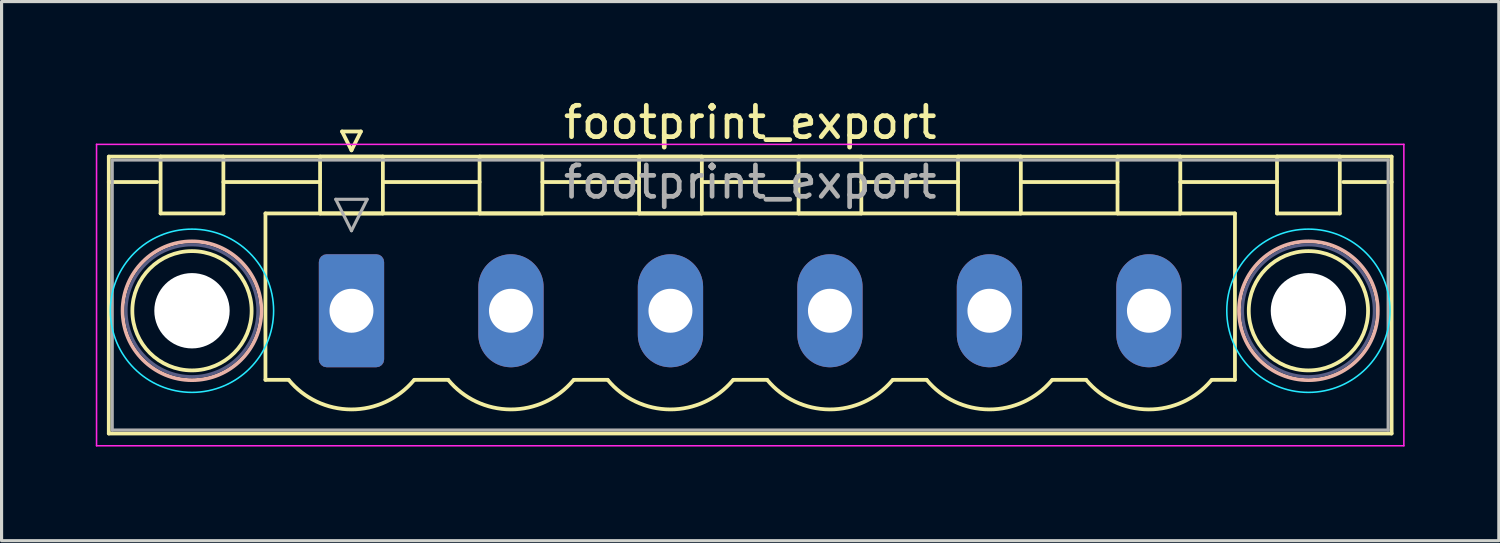
<source format=kicad_pcb>
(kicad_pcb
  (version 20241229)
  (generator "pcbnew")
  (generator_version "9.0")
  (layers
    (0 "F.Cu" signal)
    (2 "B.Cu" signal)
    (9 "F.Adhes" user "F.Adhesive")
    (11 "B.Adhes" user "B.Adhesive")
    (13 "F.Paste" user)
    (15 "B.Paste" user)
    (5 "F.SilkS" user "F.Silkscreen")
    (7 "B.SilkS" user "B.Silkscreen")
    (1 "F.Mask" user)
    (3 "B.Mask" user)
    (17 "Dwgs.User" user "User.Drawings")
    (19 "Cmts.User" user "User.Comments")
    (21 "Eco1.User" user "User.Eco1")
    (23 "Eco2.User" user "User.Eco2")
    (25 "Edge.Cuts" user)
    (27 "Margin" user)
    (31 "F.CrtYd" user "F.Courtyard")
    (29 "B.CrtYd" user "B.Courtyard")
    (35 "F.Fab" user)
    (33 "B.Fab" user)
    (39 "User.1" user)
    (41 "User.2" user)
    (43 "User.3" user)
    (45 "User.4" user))
  (footprint "footprint_export"
    (layer "F.Cu")
    (at 8.145 6.848)
    (property "Reference" "footprint_export" (at 12.7 -6 0) (layer "F.SilkS") (effects (font (size 1 1) (thickness 0.15))))
    (attr through_hole)
    (fp_line (start -7.73 -4.91) (end -7.73 3.91) (stroke (width 0.12) (type solid)) (layer "F.SilkS"))
    (fp_line (start -7.73 -4.1) (end -6.19 -4.1) (stroke (width 0.12) (type solid)) (layer "F.SilkS"))
    (fp_line (start -7.73 3.91) (end 33.13 3.91) (stroke (width 0.12) (type solid)) (layer "F.SilkS"))
    (fp_line (start -6.08 -4.91) (end -4.08 -4.91) (stroke (width 0.12) (type solid)) (layer "F.SilkS"))
    (fp_line (start -6.08 -3.1) (end -6.08 -4.91) (stroke (width 0.12) (type solid)) (layer "F.SilkS"))
    (fp_line (start -4.08 -4.91) (end -4.08 -3.1) (stroke (width 0.12) (type solid)) (layer "F.SilkS"))
    (fp_line (start -4.08 -4.1) (end -1 -4.1) (stroke (width 0.12) (type solid)) (layer "F.SilkS"))
    (fp_line (start -4.08 -3.1) (end -6.08 -3.1) (stroke (width 0.12) (type solid)) (layer "F.SilkS"))
    (fp_line (start -2.74 -3.1) (end 28.14 -3.1) (stroke (width 0.12) (type solid)) (layer "F.SilkS"))
    (fp_line (start -2.74 2.2) (end -2.74 -3.1) (stroke (width 0.12) (type solid)) (layer "F.SilkS"))
    (fp_line (start -2 2.2) (end -2.74 2.2) (stroke (width 0.12) (type solid)) (layer "F.SilkS"))
    (fp_line (start -1 -4.91) (end 1 -4.91) (stroke (width 0.12) (type solid)) (layer "F.SilkS"))
    (fp_line (start -1 -3.1) (end -1 -4.91) (stroke (width 0.12) (type solid)) (layer "F.SilkS"))
    (fp_line (start -0.3 -5.71) (end 0.3 -5.71) (stroke (width 0.12) (type solid)) (layer "F.SilkS"))
    (fp_line (start 0 -5.11) (end -0.3 -5.71) (stroke (width 0.12) (type solid)) (layer "F.SilkS"))
    (fp_line (start 0.3 -5.71) (end 0 -5.11) (stroke (width 0.12) (type solid)) (layer "F.SilkS"))
    (fp_line (start 1 -4.91) (end 1 -3.1) (stroke (width 0.12) (type solid)) (layer "F.SilkS"))
    (fp_line (start 1 -4.1) (end 4.08 -4.1) (stroke (width 0.12) (type solid)) (layer "F.SilkS"))
    (fp_line (start 1 -3.1) (end -1 -3.1) (stroke (width 0.12) (type solid)) (layer "F.SilkS"))
    (fp_line (start 2 2.2) (end 3.08 2.2) (stroke (width 0.12) (type solid)) (layer "F.SilkS"))
    (fp_line (start 4.08 -4.91) (end 6.08 -4.91) (stroke (width 0.12) (type solid)) (layer "F.SilkS"))
    (fp_line (start 4.08 -3.1) (end 4.08 -4.91) (stroke (width 0.12) (type solid)) (layer "F.SilkS"))
    (fp_line (start 6.08 -4.91) (end 6.08 -3.1) (stroke (width 0.12) (type solid)) (layer "F.SilkS"))
    (fp_line (start 6.08 -4.1) (end 9.16 -4.1) (stroke (width 0.12) (type solid)) (layer "F.SilkS"))
    (fp_line (start 6.08 -3.1) (end 4.08 -3.1) (stroke (width 0.12) (type solid)) (layer "F.SilkS"))
    (fp_line (start 7.08 2.2) (end 8.16 2.2) (stroke (width 0.12) (type solid)) (layer "F.SilkS"))
    (fp_line (start 9.16 -4.91) (end 11.16 -4.91) (stroke (width 0.12) (type solid)) (layer "F.SilkS"))
    (fp_line (start 9.16 -3.1) (end 9.16 -4.91) (stroke (width 0.12) (type solid)) (layer "F.SilkS"))
    (fp_line (start 11.16 -4.91) (end 11.16 -3.1) (stroke (width 0.12) (type solid)) (layer "F.SilkS"))
    (fp_line (start 11.16 -4.1) (end 14.24 -4.1) (stroke (width 0.12) (type solid)) (layer "F.SilkS"))
    (fp_line (start 11.16 -3.1) (end 9.16 -3.1) (stroke (width 0.12) (type solid)) (layer "F.SilkS"))
    (fp_line (start 12.16 2.2) (end 13.24 2.2) (stroke (width 0.12) (type solid)) (layer "F.SilkS"))
    (fp_line (start 14.24 -4.91) (end 16.24 -4.91) (stroke (width 0.12) (type solid)) (layer "F.SilkS"))
    (fp_line (start 14.24 -3.1) (end 14.24 -4.91) (stroke (width 0.12) (type solid)) (layer "F.SilkS"))
    (fp_line (start 16.24 -4.91) (end 16.24 -3.1) (stroke (width 0.12) (type solid)) (layer "F.SilkS"))
    (fp_line (start 16.24 -4.1) (end 19.32 -4.1) (stroke (width 0.12) (type solid)) (layer "F.SilkS"))
    (fp_line (start 16.24 -3.1) (end 14.24 -3.1) (stroke (width 0.12) (type solid)) (layer "F.SilkS"))
    (fp_line (start 17.24 2.2) (end 18.32 2.2) (stroke (width 0.12) (type solid)) (layer "F.SilkS"))
    (fp_line (start 19.32 -4.91) (end 21.32 -4.91) (stroke (width 0.12) (type solid)) (layer "F.SilkS"))
    (fp_line (start 19.32 -3.1) (end 19.32 -4.91) (stroke (width 0.12) (type solid)) (layer "F.SilkS"))
    (fp_line (start 21.32 -4.91) (end 21.32 -3.1) (stroke (width 0.12) (type solid)) (layer "F.SilkS"))
    (fp_line (start 21.32 -4.1) (end 24.4 -4.1) (stroke (width 0.12) (type solid)) (layer "F.SilkS"))
    (fp_line (start 21.32 -3.1) (end 19.32 -3.1) (stroke (width 0.12) (type solid)) (layer "F.SilkS"))
    (fp_line (start 22.32 2.2) (end 23.4 2.2) (stroke (width 0.12) (type solid)) (layer "F.SilkS"))
    (fp_line (start 24.4 -4.91) (end 26.4 -4.91) (stroke (width 0.12) (type solid)) (layer "F.SilkS"))
    (fp_line (start 24.4 -3.1) (end 24.4 -4.91) (stroke (width 0.12) (type solid)) (layer "F.SilkS"))
    (fp_line (start 26.4 -4.91) (end 26.4 -3.1) (stroke (width 0.12) (type solid)) (layer "F.SilkS"))
    (fp_line (start 26.4 -4.1) (end 29.48 -4.1) (stroke (width 0.12) (type solid)) (layer "F.SilkS"))
    (fp_line (start 26.4 -3.1) (end 24.4 -3.1) (stroke (width 0.12) (type solid)) (layer "F.SilkS"))
    (fp_line (start 28.14 -3.1) (end 28.14 2.2) (stroke (width 0.12) (type solid)) (layer "F.SilkS"))
    (fp_line (start 28.14 2.2) (end 27.4 2.2) (stroke (width 0.12) (type solid)) (layer "F.SilkS"))
    (fp_line (start 29.48 -4.91) (end 31.48 -4.91) (stroke (width 0.12) (type solid)) (layer "F.SilkS"))
    (fp_line (start 29.48 -3.1) (end 29.48 -4.91) (stroke (width 0.12) (type solid)) (layer "F.SilkS"))
    (fp_line (start 31.48 -4.91) (end 31.48 -3.1) (stroke (width 0.12) (type solid)) (layer "F.SilkS"))
    (fp_line (start 31.48 -3.1) (end 29.48 -3.1) (stroke (width 0.12) (type solid)) (layer "F.SilkS"))
    (fp_line (start 33.13 -4.91) (end -7.73 -4.91) (stroke (width 0.12) (type solid)) (layer "F.SilkS"))
    (fp_line (start 33.13 -4.1) (end 31.59 -4.1) (stroke (width 0.12) (type solid)) (layer "F.SilkS"))
    (fp_line (start 33.13 3.91) (end 33.13 -4.91) (stroke (width 0.12) (type solid)) (layer "F.SilkS"))
    (fp_arc (start 1.986842 2.215821) (mid -0.010289 3.142758) (end -2 2.2) (stroke (width 0.12) (type solid)) (layer "F.SilkS"))
    (fp_arc (start 7.066842 2.215821) (mid 5.069711 3.142758) (end 3.08 2.2) (stroke (width 0.12) (type solid)) (layer "F.SilkS"))
    (fp_arc (start 12.146842 2.215821) (mid 10.149711 3.142758) (end 8.16 2.2) (stroke (width 0.12) (type solid)) (layer "F.SilkS"))
    (fp_arc (start 17.226842 2.215821) (mid 15.229711 3.142758) (end 13.24 2.2) (stroke (width 0.12) (type solid)) (layer "F.SilkS"))
    (fp_arc (start 22.306842 2.215821) (mid 20.309711 3.142758) (end 18.32 2.2) (stroke (width 0.12) (type solid)) (layer "F.SilkS"))
    (fp_arc (start 27.386842 2.215821) (mid 25.389711 3.142758) (end 23.4 2.2) (stroke (width 0.12) (type solid)) (layer "F.SilkS"))
    (fp_circle (center -5.08 0) (end -3.18 0) (stroke (width 0.12) (type solid)) (fill no) (layer "F.SilkS"))
    (fp_circle (center 30.48 0) (end 32.38 0) (stroke (width 0.12) (type solid)) (fill no) (layer "F.SilkS"))
    (fp_circle (center -5.08 0) (end -2.87 0) (stroke (width 0.12) (type solid)) (fill no) (layer "B.SilkS"))
    (fp_circle (center 30.48 0) (end 32.69 0) (stroke (width 0.12) (type solid)) (fill no) (layer "B.SilkS"))
    (fp_circle (center -5.08 0) (end -2.48 0) (stroke (width 0.05) (type solid)) (fill no) (layer "B.CrtYd"))
    (fp_circle (center 30.48 0) (end 33.08 0) (stroke (width 0.05) (type solid)) (fill no) (layer "B.CrtYd"))
    (fp_line (start -8.12 -5.3) (end -8.12 4.3) (stroke (width 0.05) (type solid)) (layer "F.CrtYd"))
    (fp_line (start -8.12 4.3) (end 33.52 4.3) (stroke (width 0.05) (type solid)) (layer "F.CrtYd"))
    (fp_line (start 33.52 -5.3) (end -8.12 -5.3) (stroke (width 0.05) (type solid)) (layer "F.CrtYd"))
    (fp_line (start 33.52 4.3) (end 33.52 -5.3) (stroke (width 0.05) (type solid)) (layer "F.CrtYd"))
    (fp_circle (center -5.08 0) (end -2.98 0) (stroke (width 0.1) (type solid)) (fill no) (layer "B.Fab"))
    (fp_circle (center 30.48 0) (end 32.58 0) (stroke (width 0.1) (type solid)) (fill no) (layer "B.Fab"))
    (fp_line (start -7.62 -4.8) (end -7.62 3.8) (stroke (width 0.1) (type solid)) (layer "F.Fab"))
    (fp_line (start -7.62 3.8) (end 33.02 3.8) (stroke (width 0.1) (type solid)) (layer "F.Fab"))
    (fp_line (start -0.5 -3.55) (end 0.5 -3.55) (stroke (width 0.1) (type solid)) (layer "F.Fab"))
    (fp_line (start 0 -2.55) (end -0.5 -3.55) (stroke (width 0.1) (type solid)) (layer "F.Fab"))
    (fp_line (start 0.5 -3.55) (end 0 -2.55) (stroke (width 0.1) (type solid)) (layer "F.Fab"))
    (fp_line (start 33.02 -4.8) (end -7.62 -4.8) (stroke (width 0.1) (type solid)) (layer "F.Fab"))
    (fp_line (start 33.02 3.8) (end 33.02 -4.8) (stroke (width 0.1) (type solid)) (layer "F.Fab"))
    (fp_text user "${REFERENCE}" (at 12.7 -4.1 0) (layer "F.Fab") (effects (font (size 1 1) (thickness 0.15))))
    (pad "" np_thru_hole circle (at -5.08 0) (size 2.4 2.4) (drill 2.4) (layers "*.Cu" "*.Mask"))
    (pad "" np_thru_hole circle (at 30.48 0) (size 2.4 2.4) (drill 2.4) (layers "*.Cu" "*.Mask"))
    (pad "1" thru_hole roundrect (at 0 0) (size 2.08 3.6) (drill 1.4) (layers "*.Cu" "*.Mask") (roundrect_rratio 0.12))
    (pad "2" thru_hole oval (at 5.08 0) (size 2.08 3.6) (drill 1.4) (layers "*.Cu" "*.Mask"))
    (pad "3" thru_hole oval (at 10.16 0) (size 2.08 3.6) (drill 1.4) (layers "*.Cu" "*.Mask"))
    (pad "4" thru_hole oval (at 15.24 0) (size 2.08 3.6) (drill 1.4) (layers "*.Cu" "*.Mask"))
    (pad "5" thru_hole oval (at 20.32 0) (size 2.08 3.6) (drill 1.4) (layers "*.Cu" "*.Mask"))
    (pad "6" thru_hole oval (at 25.4 0) (size 2.08 3.6) (drill 1.4) (layers "*.Cu" "*.Mask")))
  (gr_rect
    (start -3 -3)
    (end 44.69 14.173)
    (stroke (width 0.1) (type default))
    (fill no)
    (layer "Edge.Cuts")))
</source>
